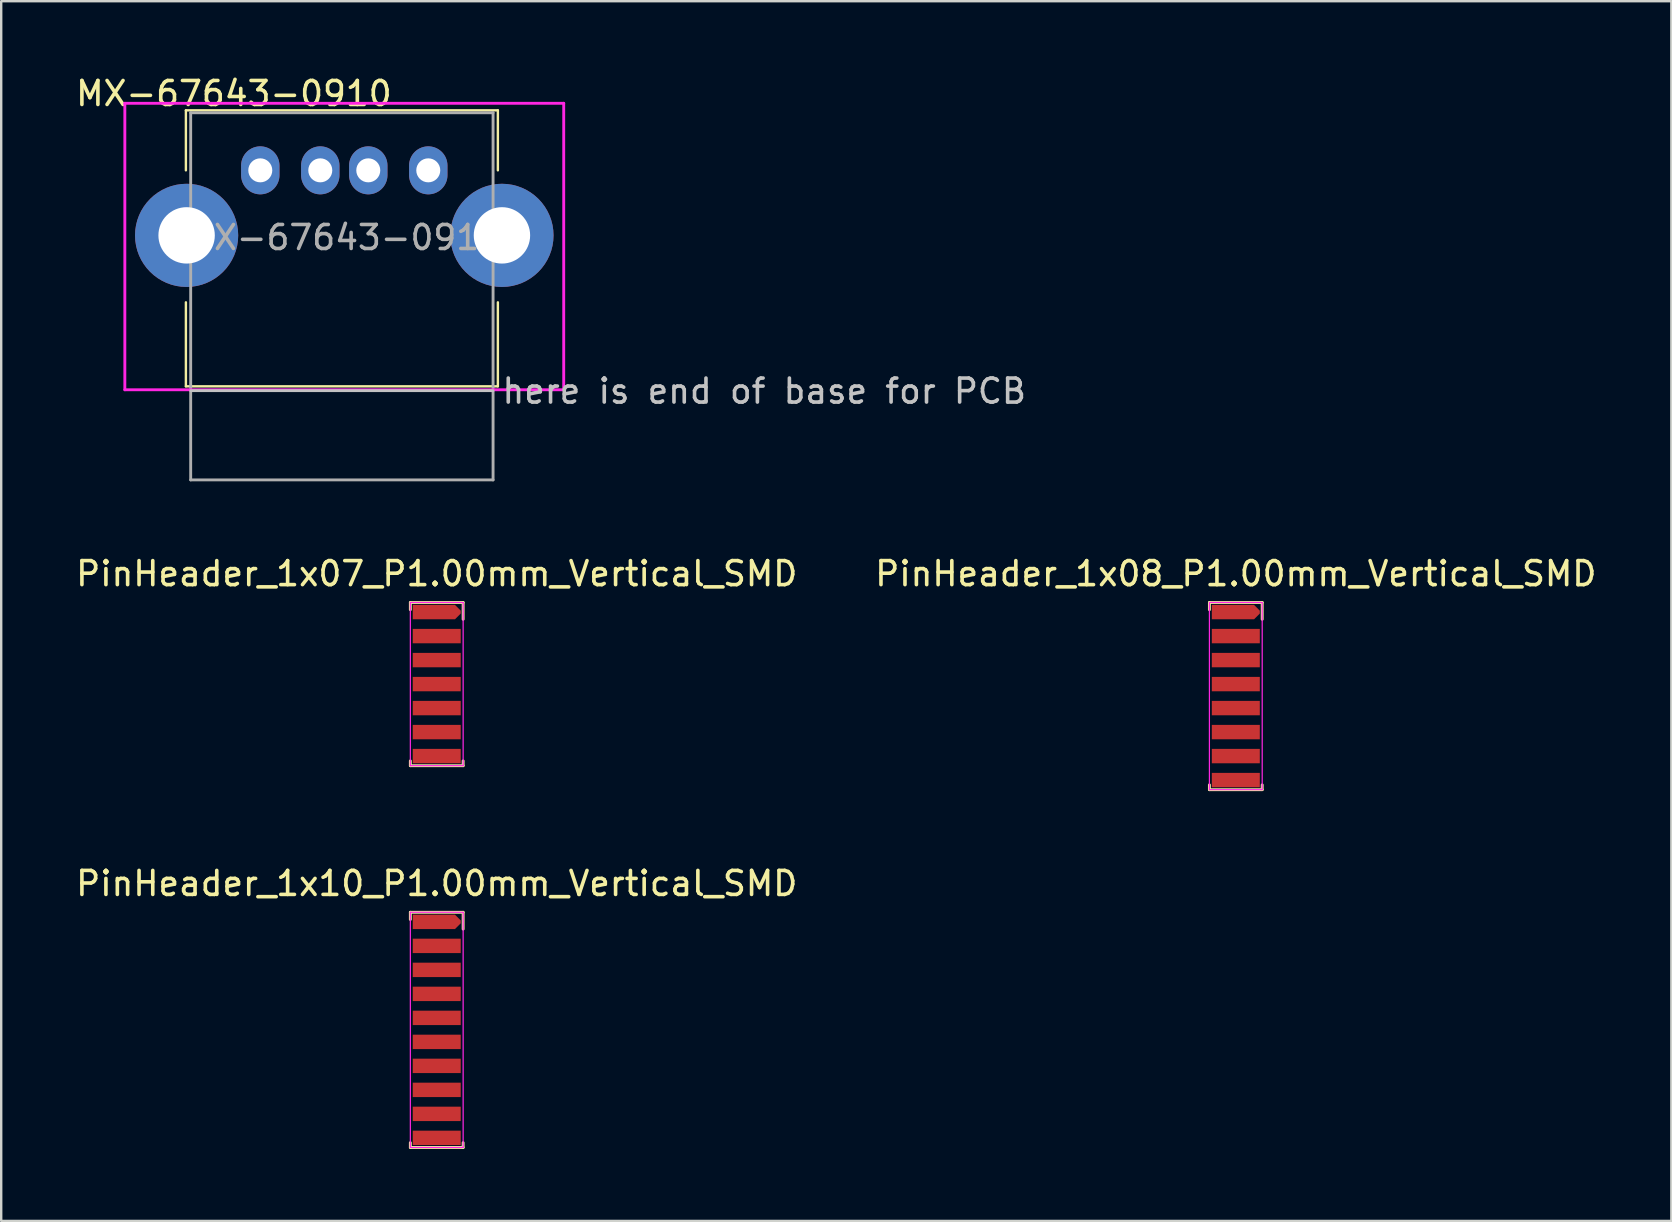
<source format=kicad_pcb>
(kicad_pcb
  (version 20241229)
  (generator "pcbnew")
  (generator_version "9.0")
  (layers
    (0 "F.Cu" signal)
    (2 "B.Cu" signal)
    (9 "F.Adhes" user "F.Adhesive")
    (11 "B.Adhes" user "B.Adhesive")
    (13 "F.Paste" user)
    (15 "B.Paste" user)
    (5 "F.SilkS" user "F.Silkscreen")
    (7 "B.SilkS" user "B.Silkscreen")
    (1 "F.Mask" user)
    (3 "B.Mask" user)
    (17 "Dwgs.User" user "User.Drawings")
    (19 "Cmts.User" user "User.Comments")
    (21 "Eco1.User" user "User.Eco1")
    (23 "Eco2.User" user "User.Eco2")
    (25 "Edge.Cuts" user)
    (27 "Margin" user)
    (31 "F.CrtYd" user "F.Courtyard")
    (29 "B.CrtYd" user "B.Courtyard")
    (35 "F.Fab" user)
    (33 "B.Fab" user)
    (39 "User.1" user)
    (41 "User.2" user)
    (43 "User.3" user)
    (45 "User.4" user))
  (footprint "PinHeader_1x10_P1.00mm_Vertical_SMD"
    (layer "F.Cu")
    (at 15.149 39.865)
    (property "Reference" "PinHeader_1x10_P1.00mm_Vertical_SMD" (at 0 -6.1 0) (layer "F.SilkS") (effects (font (size 1 1) (thickness 0.15))))
    (attr smd)
    (fp_line (start -1.1 -4.9) (end -1.1 -4.6) (stroke (width 0.12) (type solid)) (layer "F.SilkS"))
    (fp_line (start -1.1 4.9) (end -1.1 4.7) (stroke (width 0.12) (type solid)) (layer "F.SilkS"))
    (fp_line (start 1.1 -4.9) (end -1.1 -4.9) (stroke (width 0.12) (type solid)) (layer "F.SilkS"))
    (fp_line (start 1.1 -4.2) (end 1.1 -4.9) (stroke (width 0.12) (type solid)) (layer "F.SilkS"))
    (fp_line (start 1.1 4.7) (end 1.1 4.9) (stroke (width 0.12) (type solid)) (layer "F.SilkS"))
    (fp_line (start 1.1 4.9) (end -1.1 4.9) (stroke (width 0.12) (type solid)) (layer "F.SilkS"))
    (fp_line (start -1.1 -4.9) (end -1.1 4.9) (stroke (width 0.05) (type solid)) (layer "F.CrtYd"))
    (fp_line (start -1.1 4.9) (end 1.1 4.9) (stroke (width 0.05) (type solid)) (layer "F.CrtYd"))
    (fp_line (start 1.1 -4.9) (end -1.1 -4.9) (stroke (width 0.05) (type solid)) (layer "F.CrtYd"))
    (fp_line (start 1.1 4.9) (end 1.1 -4.9) (stroke (width 0.05) (type solid)) (layer "F.CrtYd"))
    (pad "1" smd roundrect (at 0 -4.5) (size 2 0.6) (layers "F.Cu" "F.Mask") (roundrect_rratio 0) (chamfer_ratio 0.4) (chamfer top_right bottom_right))
    (pad "2" smd rect (at 0 -3.5) (size 2 0.6) (layers "F.Cu" "F.Mask"))
    (pad "3" smd rect (at 0 -2.5) (size 2 0.6) (layers "F.Cu" "F.Mask"))
    (pad "4" smd rect (at 0 -1.5) (size 2 0.6) (layers "F.Cu" "F.Mask"))
    (pad "5" smd rect (at 0 -0.5) (size 2 0.6) (layers "F.Cu" "F.Mask"))
    (pad "6" smd rect (at 0 0.5) (size 2 0.6) (layers "F.Cu" "F.Mask"))
    (pad "7" smd rect (at 0 1.5) (size 2 0.6) (layers "F.Cu" "F.Mask"))
    (pad "8" smd rect (at 0 2.5) (size 2 0.6) (layers "F.Cu" "F.Mask"))
    (pad "9" smd rect (at 0 3.5) (size 2 0.6) (layers "F.Cu" "F.Mask"))
    (pad "10" smd rect (at 0 4.5) (size 2 0.6) (layers "F.Cu" "F.Mask")))
  (footprint "PinHeader_1x08_P1.00mm_Vertical_SMD"
    (layer "F.Cu")
    (at 48.446 25.956)
    (property "Reference" "PinHeader_1x08_P1.00mm_Vertical_SMD" (at 0 -5.1 0) (layer "F.SilkS") (effects (font (size 1 1) (thickness 0.15))))
    (attr smd)
    (fp_line (start -1.1 -3.9) (end -1.1 -3.6) (stroke (width 0.12) (type solid)) (layer "F.SilkS"))
    (fp_line (start -1.1 3.9) (end -1.1 3.7) (stroke (width 0.12) (type solid)) (layer "F.SilkS"))
    (fp_line (start 1.1 -3.9) (end -1.1 -3.9) (stroke (width 0.12) (type solid)) (layer "F.SilkS"))
    (fp_line (start 1.1 -3.2) (end 1.1 -3.9) (stroke (width 0.12) (type solid)) (layer "F.SilkS"))
    (fp_line (start 1.1 3.7) (end 1.1 3.9) (stroke (width 0.12) (type solid)) (layer "F.SilkS"))
    (fp_line (start 1.1 3.9) (end -1.1 3.9) (stroke (width 0.12) (type solid)) (layer "F.SilkS"))
    (fp_line (start -1.1 -3.9) (end -1.1 3.9) (stroke (width 0.05) (type solid)) (layer "F.CrtYd"))
    (fp_line (start -1.1 3.9) (end 1.1 3.9) (stroke (width 0.05) (type solid)) (layer "F.CrtYd"))
    (fp_line (start 1.1 -3.9) (end -1.1 -3.9) (stroke (width 0.05) (type solid)) (layer "F.CrtYd"))
    (fp_line (start 1.1 3.9) (end 1.1 -3.9) (stroke (width 0.05) (type solid)) (layer "F.CrtYd"))
    (pad "1" smd roundrect (at 0 -3.5) (size 2 0.6) (layers "F.Cu" "F.Mask") (roundrect_rratio 0) (chamfer_ratio 0.4) (chamfer top_right bottom_right))
    (pad "2" smd rect (at 0 -2.5) (size 2 0.6) (layers "F.Cu" "F.Mask"))
    (pad "3" smd rect (at 0 -1.5) (size 2 0.6) (layers "F.Cu" "F.Mask"))
    (pad "4" smd rect (at 0 -0.5) (size 2 0.6) (layers "F.Cu" "F.Mask"))
    (pad "5" smd rect (at 0 0.5) (size 2 0.6) (layers "F.Cu" "F.Mask"))
    (pad "6" smd rect (at 0 1.5) (size 2 0.6) (layers "F.Cu" "F.Mask"))
    (pad "7" smd rect (at 0 2.5) (size 2 0.6) (layers "F.Cu" "F.Mask"))
    (pad "8" smd rect (at 0 3.5) (size 2 0.6) (layers "F.Cu" "F.Mask")))
  (footprint "PinHeader_1x07_P1.00mm_Vertical_SMD"
    (layer "F.Cu")
    (at 15.149 25.456)
    (property "Reference" "PinHeader_1x07_P1.00mm_Vertical_SMD" (at 0 -4.6 0) (layer "F.SilkS") (effects (font (size 1 1) (thickness 0.15))))
    (attr smd)
    (fp_line (start -1.1 -3.4) (end -1.1 -3.1) (stroke (width 0.12) (type solid)) (layer "F.SilkS"))
    (fp_line (start -1.1 3.4) (end -1.1 3.2) (stroke (width 0.12) (type solid)) (layer "F.SilkS"))
    (fp_line (start 1.1 -3.4) (end -1.1 -3.4) (stroke (width 0.12) (type solid)) (layer "F.SilkS"))
    (fp_line (start 1.1 -2.7) (end 1.1 -3.4) (stroke (width 0.12) (type solid)) (layer "F.SilkS"))
    (fp_line (start 1.1 3.2) (end 1.1 3.4) (stroke (width 0.12) (type solid)) (layer "F.SilkS"))
    (fp_line (start 1.1 3.4) (end -1.1 3.4) (stroke (width 0.12) (type solid)) (layer "F.SilkS"))
    (fp_line (start -1.1 -3.4) (end -1.1 3.4) (stroke (width 0.05) (type solid)) (layer "F.CrtYd"))
    (fp_line (start -1.1 3.4) (end 1.1 3.4) (stroke (width 0.05) (type solid)) (layer "F.CrtYd"))
    (fp_line (start 1.1 -3.4) (end -1.1 -3.4) (stroke (width 0.05) (type solid)) (layer "F.CrtYd"))
    (fp_line (start 1.1 3.4) (end 1.1 -3.4) (stroke (width 0.05) (type solid)) (layer "F.CrtYd"))
    (pad "1" smd roundrect (at 0 -3) (size 2 0.6) (layers "F.Cu" "F.Mask") (roundrect_rratio 0) (chamfer_ratio 0.4) (chamfer top_right bottom_right))
    (pad "2" smd rect (at 0 -2) (size 2 0.6) (layers "F.Cu" "F.Mask"))
    (pad "3" smd rect (at 0 -1) (size 2 0.6) (layers "F.Cu" "F.Mask"))
    (pad "4" smd rect (at 0 0) (size 2 0.6) (layers "F.Cu" "F.Mask"))
    (pad "5" smd rect (at 0 1) (size 2 0.6) (layers "F.Cu" "F.Mask"))
    (pad "6" smd rect (at 0 2) (size 2 0.6) (layers "F.Cu" "F.Mask"))
    (pad "7" smd rect (at 0 3) (size 2 0.6) (layers "F.Cu" "F.Mask")))
  (footprint "MX-67643-0910"
    (layer "F.Cu")
    (at 11.296 4.048)
    (property "Reference" "MX-67643-0910" (at -4.6 -3.2 0) (layer "F.SilkS") (effects (font (size 1 1) (thickness 0.15))))
    (attr through_hole)
    (fp_line (start -6.6 -2.5) (end 6.4 -2.5) (stroke (width 0.1) (type solid)) (layer "F.SilkS"))
    (fp_line (start -6.6 0) (end -6.6 -2.5) (stroke (width 0.1) (type solid)) (layer "F.SilkS"))
    (fp_line (start -6.6 9) (end -6.6 5.5) (stroke (width 0.1) (type solid)) (layer "F.SilkS"))
    (fp_line (start -6.6 9) (end 6.4 9) (stroke (width 0.1) (type solid)) (layer "F.SilkS"))
    (fp_line (start 6.4 -2.5) (end 6.4 0) (stroke (width 0.1) (type solid)) (layer "F.SilkS"))
    (fp_line (start 6.4 9) (end 6.4 5.5) (stroke (width 0.1) (type solid)) (layer "F.SilkS"))
    (fp_line (start -6.4 9.18) (end 6.2 9.18) (stroke (width 0.12) (type solid)) (layer "Dwgs.User"))
    (fp_line (start -9.144 -2.794) (end -9.144 9.144) (stroke (width 0.12) (type solid)) (layer "F.CrtYd"))
    (fp_line (start -9.144 9.144) (end 9.144 9.144) (stroke (width 0.12) (type solid)) (layer "F.CrtYd"))
    (fp_line (start 9.144 -2.794) (end -9.144 -2.794) (stroke (width 0.12) (type solid)) (layer "F.CrtYd"))
    (fp_line (start 9.144 9.144) (end 9.144 -2.794) (stroke (width 0.12) (type solid)) (layer "F.CrtYd"))
    (fp_line (start -6.4 -2.4) (end -6.4 12.9) (stroke (width 0.12) (type solid)) (layer "F.Fab"))
    (fp_line (start -6.4 12.9) (end 6.2 12.9) (stroke (width 0.12) (type solid)) (layer "F.Fab"))
    (fp_line (start 6.2 -2.4) (end -6.4 -2.4) (stroke (width 0.12) (type solid)) (layer "F.Fab"))
    (fp_line (start 6.2 -2.4) (end 6.2 12.9) (stroke (width 0.12) (type solid)) (layer "F.Fab"))
    (fp_text user "here is end of base for PCB" (at 17.5 9.2 0) (layer "Dwgs.User") (effects (font (size 1 1) (thickness 0.15))))
    (fp_text user "${REFERENCE}" (at 0 2.8 0) (layer "F.Fab") (effects (font (size 1 1) (thickness 0.15))))
    (pad "1" thru_hole oval (at -3.5 0) (size 1.6 2) (drill 1) (layers "*.Cu" "*.Mask"))
    (pad "2" thru_hole oval (at -1 0) (size 1.6 2) (drill 1) (layers "*.Cu" "*.Mask"))
    (pad "3" thru_hole oval (at 1 0) (size 1.6 2) (drill 1) (layers "*.Cu" "*.Mask"))
    (pad "4" thru_hole oval (at 3.5 0) (size 1.6 2) (drill 1) (layers "*.Cu" "*.Mask"))
    (pad "5" thru_hole circle (at -6.57 2.71) (size 4.3 4.3) (drill 2.35) (layers "*.Cu" "*.Mask"))
    (pad "5" thru_hole circle (at 6.57 2.71) (size 4.3 4.3) (drill 2.35) (layers "*.Cu" "*.Mask")))
  (gr_rect
    (start -3 -3)
    (end 66.595 47.825)
    (stroke (width 0.1) (type default))
    (fill no)
    (layer "Edge.Cuts")))
</source>
